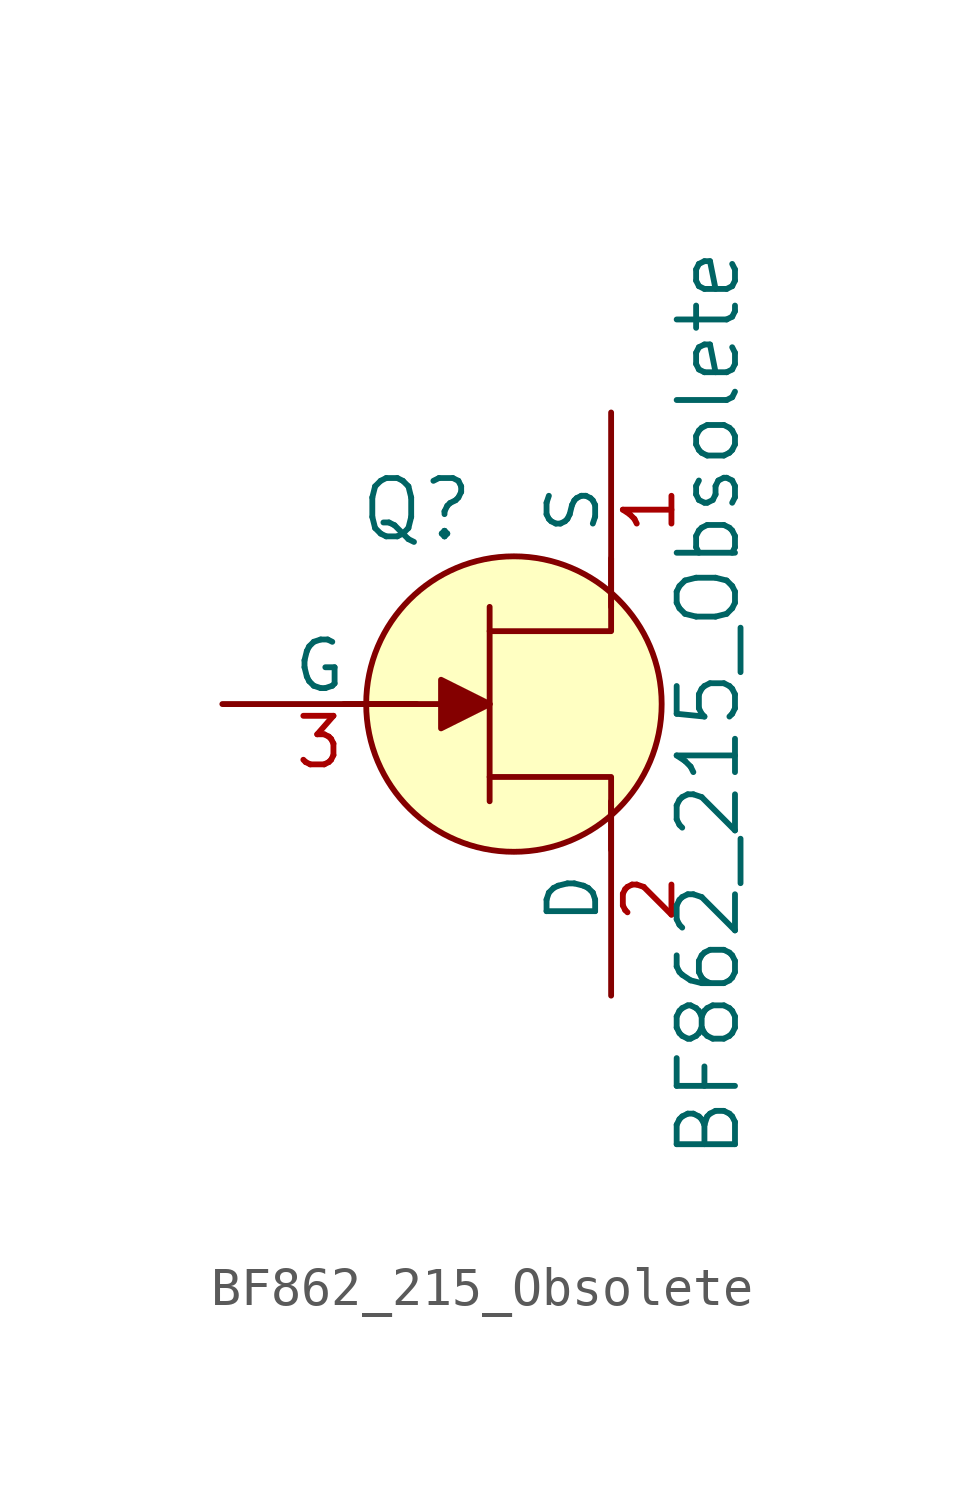
<source format=kicad_sym>
(kicad_symbol_lib
  (version 20211014)
  (generator kicad_symbol_editor)
  (symbol "BF862_215_Obsolete"
    (pin_names
      (offset 0))
    (property "Reference" "Q"
      (at -2.54 5.08 0)
      (effects (font (size 1.524 1.524))))
    (property "Value" "BF862_215_Obsolete"
      (at 5.08 0 90)
      (effects (font (size 1.524 1.524))))
    (symbol "BF862_215_Obsolete_0_1"
      (polyline (pts (xy -0.635 -2.54) (xy -0.635 2.54)) (stroke (width 0) (type default) (color 0 0 0 0)) (fill (type none)))
      (polyline (pts (xy -0.635 0) (xy -4.445 0)) (stroke (width 0) (type default) (color 0 0 0 0)) (fill (type none)))
      (polyline (pts (xy -0.635 -1.905) (xy 2.54 -1.905) (xy 2.54 -3.81)) (stroke (width 0) (type default) (color 0 0 0 0)) (fill (type none)))
      (polyline (pts (xy -0.635 1.905) (xy 2.54 1.905) (xy 2.54 3.81)) (stroke (width 0) (type default) (color 0 0 0 0)) (fill (type none))))
    (symbol "BF862_215_Obsolete_1_1"
      (polyline (pts (xy -1.905 0.635) (xy -1.905 -0.635) (xy -0.635 0) (xy -1.905 0.635)) (stroke (width 0) (type default) (color 0 0 0 0)) (fill (type outline)))
      (circle (center 0 0) (radius 3.861) (stroke (width 0) (type default) (color 0 0 0 0)) (fill (type background)))
      (pin passive line (at 2.54 7.62 270) (length 5.08) (name "S" (effects (font (size 1.27 1.27)))) (number "1" (effects (font (size 1.27 1.27)))))
      (pin passive line (at 2.54 -7.62 90) (length 5.08) (name "D" (effects (font (size 1.27 1.27)))) (number "2" (effects (font (size 1.27 1.27)))))
      (pin input line (at -7.62 0 0) (length 5.08) (name "G" (effects (font (size 1.27 1.27)))) (number "3" (effects (font (size 1.27 1.27))))))))
</source>
